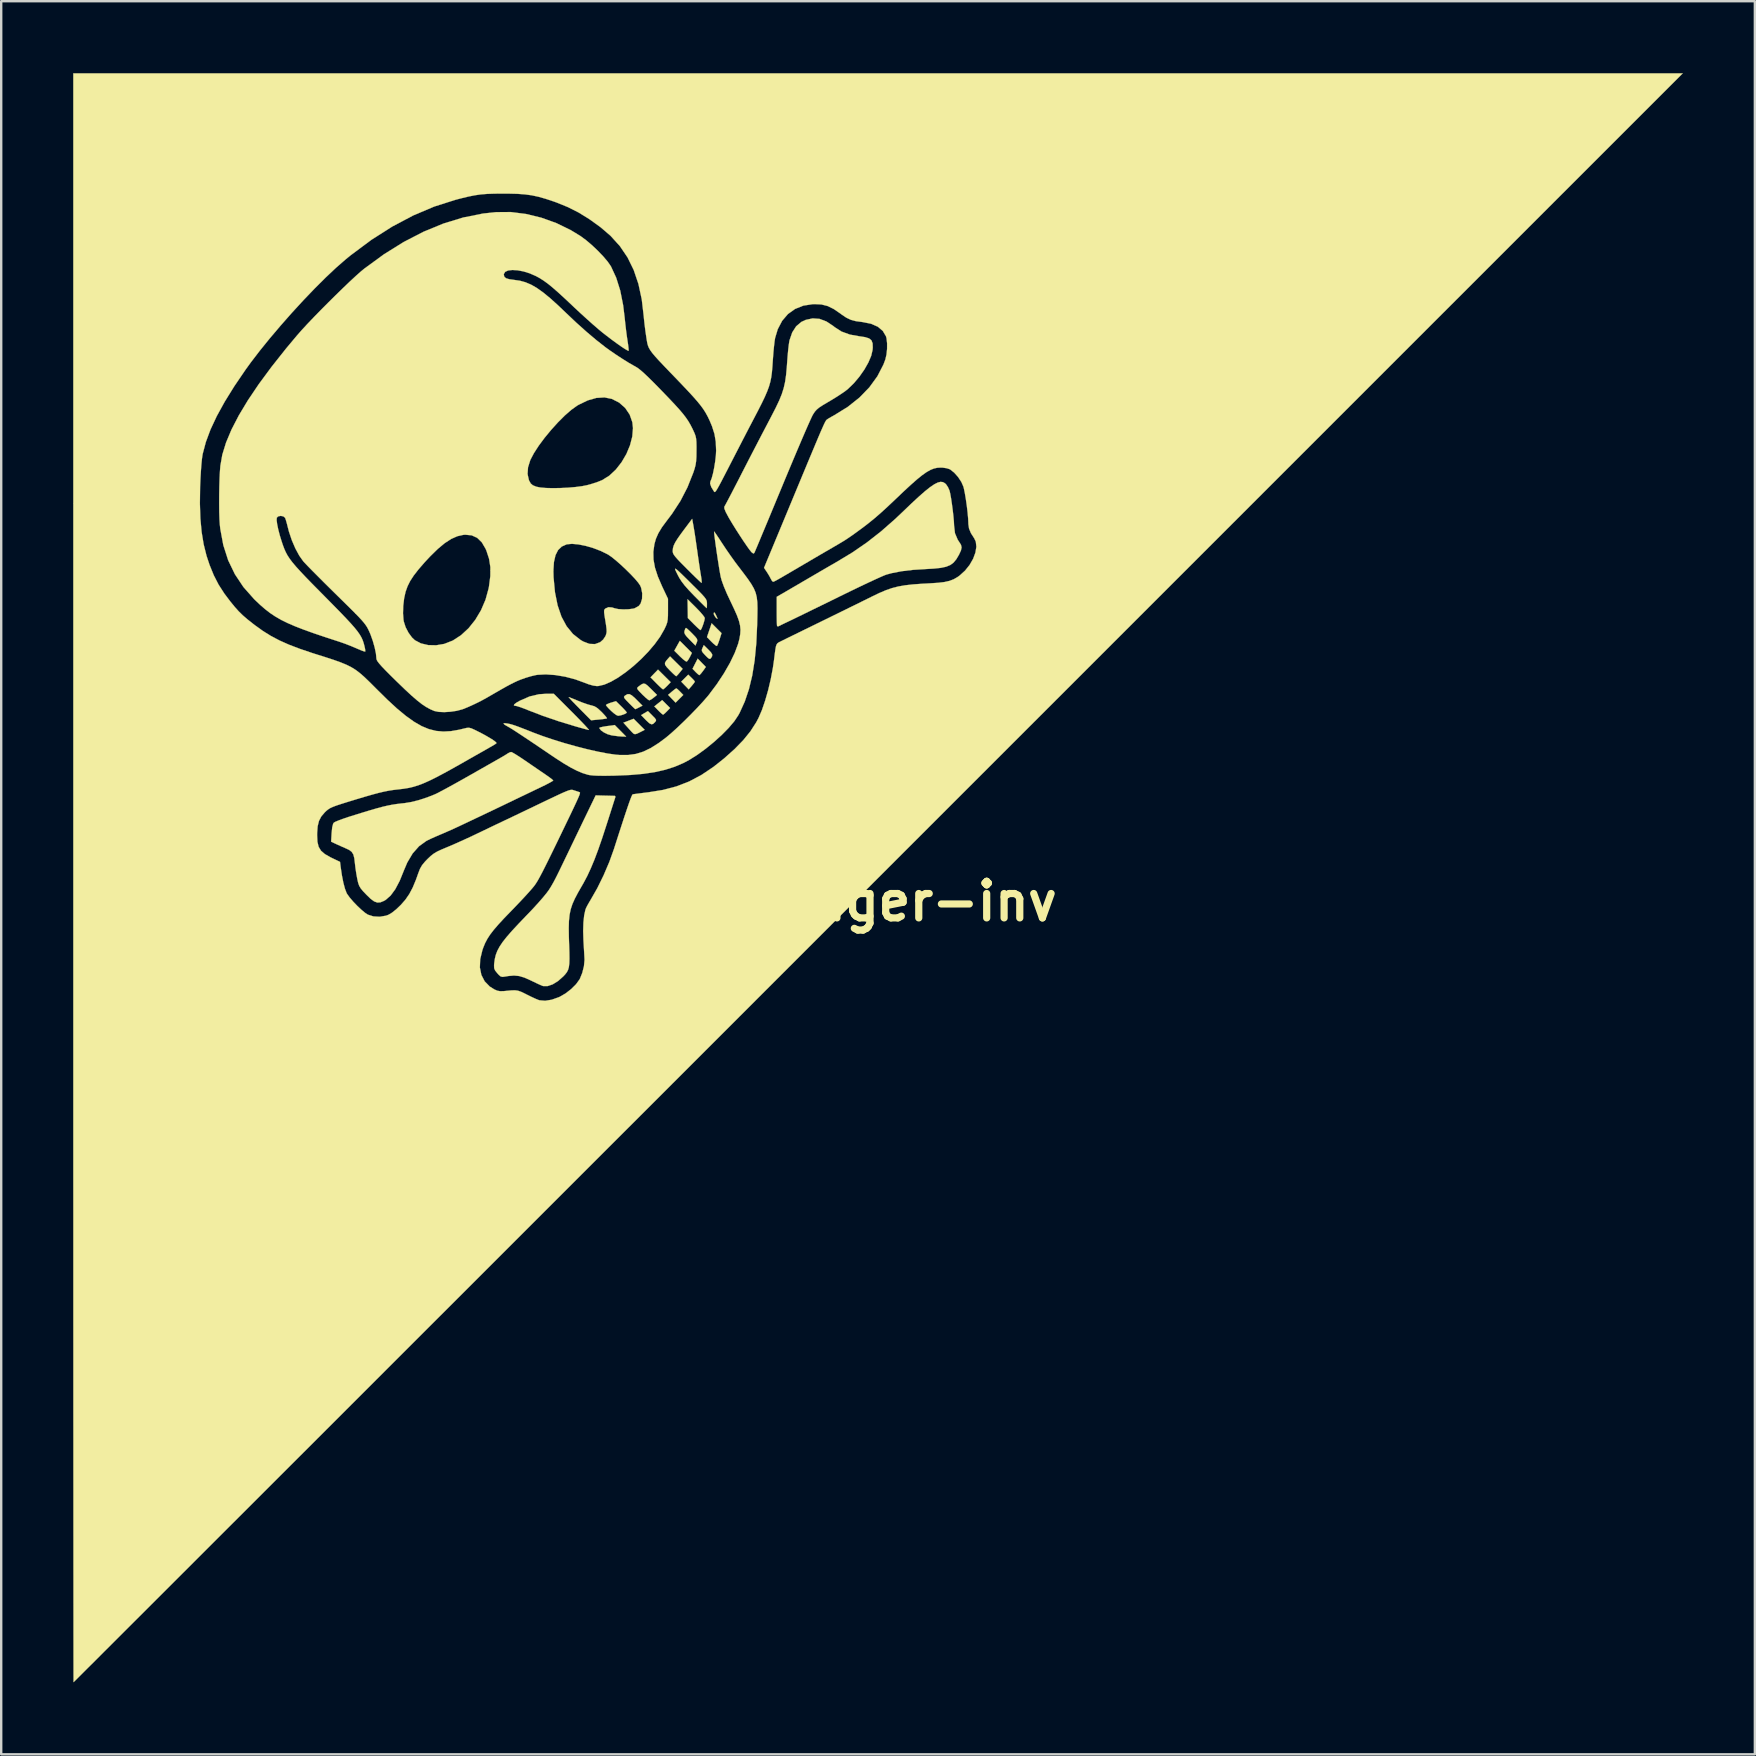
<source format=kicad_pcb>
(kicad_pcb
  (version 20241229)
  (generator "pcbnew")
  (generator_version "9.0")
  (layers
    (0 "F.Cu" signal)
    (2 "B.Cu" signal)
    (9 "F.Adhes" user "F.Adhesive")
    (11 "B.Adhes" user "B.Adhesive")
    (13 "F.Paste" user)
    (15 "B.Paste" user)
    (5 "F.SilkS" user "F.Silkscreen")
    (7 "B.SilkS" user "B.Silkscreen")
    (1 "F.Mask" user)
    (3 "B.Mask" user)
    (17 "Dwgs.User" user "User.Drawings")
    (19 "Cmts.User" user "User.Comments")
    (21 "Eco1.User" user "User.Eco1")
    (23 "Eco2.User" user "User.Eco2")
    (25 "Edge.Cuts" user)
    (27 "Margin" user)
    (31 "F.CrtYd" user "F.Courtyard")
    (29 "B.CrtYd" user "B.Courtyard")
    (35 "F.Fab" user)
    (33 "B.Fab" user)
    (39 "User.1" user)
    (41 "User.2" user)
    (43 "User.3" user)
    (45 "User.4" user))
  (footprint "danger-inv"
    (layer "F.Cu")
    (at 34.512 34.512)
    (property "Reference" "danger-inv" (at 0 0 0) (layer "F.SilkS") (effects (font (size 1.524 1.524) (thickness 0.3))))
    (attr through_hole)
    (fp_poly (pts (xy -7.753 -11.987) (xy -7.724 -11.929) (xy -7.671 -11.811) (xy -7.665 -11.769) (xy -7.706 -11.799) (xy -7.754 -11.85) (xy -7.81 -11.946) (xy -7.819 -12.017) (xy -7.796 -12.043) (xy -7.753 -11.987)) (stroke (width 0.01) (type solid)) (fill yes) (layer "F.SilkS"))
    (fp_poly (pts (xy -9.334 -8.848) (xy -9.253 -8.773) (xy -9.221 -8.74) (xy -9.088 -8.602) (xy -9.408 -8.282) (xy -9.565 -8.443) (xy -9.721 -8.605) (xy -9.563 -8.74) (xy -9.463 -8.821) (xy -9.393 -8.87) (xy -9.379 -8.877) (xy -9.334 -8.848)) (stroke (width 0.01) (type solid)) (fill yes) (layer "F.SilkS"))
    (fp_poly (pts (xy -9.802 -8.222) (xy -9.637 -8.057) (xy -9.77 -7.919) (xy -9.858 -7.833) (xy -9.92 -7.784) (xy -9.93 -7.78) (xy -9.976 -7.81) (xy -10.061 -7.887) (xy -10.127 -7.953) (xy -10.295 -8.125) (xy -10.131 -8.256) (xy -9.967 -8.387) (xy -9.802 -8.222)) (stroke (width 0.01) (type solid)) (fill yes) (layer "F.SilkS"))
    (fp_poly (pts (xy -8.98 -10.604) (xy -8.729 -10.353) (xy -8.815 -10.179) (xy -8.879 -10.068) (xy -8.934 -9.999) (xy -8.948 -9.991) (xy -9 -10.014) (xy -9.096 -10.088) (xy -9.215 -10.198) (xy -9.228 -10.211) (xy -9.462 -10.444) (xy -9.232 -10.856) (xy -8.98 -10.604)) (stroke (width 0.01) (type solid)) (fill yes) (layer "F.SilkS"))
    (fp_poly (pts (xy -8.742 -9.314) (xy -8.657 -9.227) (xy -8.609 -9.166) (xy -8.606 -9.156) (xy -8.634 -9.108) (xy -8.703 -9.02) (xy -8.735 -8.982) (xy -8.862 -8.834) (xy -9.017 -8.994) (xy -9.173 -9.155) (xy -9.027 -9.301) (xy -8.881 -9.447) (xy -8.742 -9.314)) (stroke (width 0.01) (type solid)) (fill yes) (layer "F.SilkS"))
    (fp_poly (pts (xy -8.317 -9.942) (xy -8.147 -9.768) (xy -8.269 -9.598) (xy -8.347 -9.496) (xy -8.405 -9.435) (xy -8.42 -9.428) (xy -8.467 -9.458) (xy -8.549 -9.533) (xy -8.576 -9.56) (xy -8.703 -9.692) (xy -8.595 -9.904) (xy -8.487 -10.116) (xy -8.317 -9.942)) (stroke (width 0.01) (type solid)) (fill yes) (layer "F.SilkS"))
    (fp_poly (pts (xy -7.7 -11.383) (xy -7.494 -11.177) (xy -7.575 -10.919) (xy -7.624 -10.777) (xy -7.666 -10.676) (xy -7.688 -10.641) (xy -7.734 -10.661) (xy -7.821 -10.731) (xy -7.91 -10.816) (xy -8.101 -11.011) (xy -8.003 -11.3) (xy -7.906 -11.589) (xy -7.7 -11.383)) (stroke (width 0.01) (type solid)) (fill yes) (layer "F.SilkS"))
    (fp_poly (pts (xy -9.876 -9.396) (xy -9.612 -9.134) (xy -9.757 -8.983) (xy -9.85 -8.893) (xy -9.916 -8.84) (xy -9.93 -8.833) (xy -9.973 -8.863) (xy -10.062 -8.943) (xy -10.179 -9.057) (xy -10.205 -9.084) (xy -10.453 -9.335) (xy -10.297 -9.497) (xy -10.141 -9.658) (xy -9.876 -9.396)) (stroke (width 0.01) (type solid)) (fill yes) (layer "F.SilkS"))
    (fp_poly (pts (xy -10.926 -7.378) (xy -10.696 -7.148) (xy -10.884 -7.052) (xy -11.018 -6.987) (xy -11.101 -6.966) (xy -11.163 -6.99) (xy -11.233 -7.059) (xy -11.236 -7.062) (xy -11.329 -7.164) (xy -11.438 -7.285) (xy -11.455 -7.304) (xy -11.583 -7.446) (xy -11.37 -7.527) (xy -11.157 -7.609) (xy -10.926 -7.378)) (stroke (width 0.01) (type solid)) (fill yes) (layer "F.SilkS"))
    (fp_poly (pts (xy -10.375 -7.742) (xy -10.271 -7.635) (xy -10.225 -7.57) (xy -10.226 -7.522) (xy -10.268 -7.467) (xy -10.273 -7.462) (xy -10.348 -7.393) (xy -10.418 -7.379) (xy -10.502 -7.422) (xy -10.62 -7.53) (xy -10.654 -7.564) (xy -10.846 -7.761) (xy -10.704 -7.845) (xy -10.562 -7.929) (xy -10.375 -7.742)) (stroke (width 0.01) (type solid)) (fill yes) (layer "F.SilkS"))
    (fp_poly (pts (xy -8.053 -10.501) (xy -7.936 -10.379) (xy -7.883 -10.292) (xy -7.886 -10.218) (xy -7.929 -10.144) (xy -7.968 -10.105) (xy -8.013 -10.11) (xy -8.085 -10.167) (xy -8.166 -10.249) (xy -8.267 -10.357) (xy -8.312 -10.43) (xy -8.313 -10.495) (xy -8.289 -10.555) (xy -8.233 -10.678) (xy -8.053 -10.501)) (stroke (width 0.01) (type solid)) (fill yes) (layer "F.SilkS"))
    (fp_poly (pts (xy -9.114 -9.689) (xy -9.237 -9.535) (xy -9.317 -9.441) (xy -9.373 -9.387) (xy -9.384 -9.382) (xy -9.425 -9.412) (xy -9.513 -9.492) (xy -9.629 -9.606) (xy -9.652 -9.629) (xy -9.78 -9.764) (xy -9.845 -9.858) (xy -9.852 -9.936) (xy -9.804 -10.02) (xy -9.732 -10.104) (xy -9.639 -10.208) (xy -9.114 -9.689)) (stroke (width 0.01) (type solid)) (fill yes) (layer "F.SilkS"))
    (fp_poly (pts (xy -11.706 -7.107) (xy -11.467 -6.865) (xy -11.649 -6.87) (xy -11.803 -6.882) (xy -11.99 -6.906) (xy -12.082 -6.92) (xy -12.242 -6.966) (xy -12.394 -7.039) (xy -12.515 -7.124) (xy -12.58 -7.206) (xy -12.586 -7.231) (xy -12.544 -7.251) (xy -12.434 -7.276) (xy -12.28 -7.302) (xy -12.265 -7.304) (xy -11.945 -7.348) (xy -11.706 -7.107)) (stroke (width 0.01) (type solid)) (fill yes) (layer "F.SilkS"))
    (fp_poly (pts (xy -8.93 -11.365) (xy -8.841 -11.285) (xy -8.724 -11.171) (xy -8.709 -11.155) (xy -8.588 -11.029) (xy -8.523 -10.945) (xy -8.502 -10.882) (xy -8.515 -10.818) (xy -8.527 -10.787) (xy -8.581 -10.66) (xy -8.824 -10.906) (xy -8.95 -11.039) (xy -9.019 -11.132) (xy -9.044 -11.205) (xy -9.036 -11.274) (xy -9.004 -11.363) (xy -8.975 -11.396) (xy -8.93 -11.365)) (stroke (width 0.01) (type solid)) (fill yes) (layer "F.SilkS"))
    (fp_poly (pts (xy -8.55 -12.235) (xy -8.405 -12.084) (xy -8.288 -11.95) (xy -8.213 -11.851) (xy -8.192 -11.805) (xy -8.206 -11.717) (xy -8.241 -11.593) (xy -8.286 -11.463) (xy -8.331 -11.357) (xy -8.365 -11.306) (xy -8.37 -11.304) (xy -8.415 -11.334) (xy -8.505 -11.415) (xy -8.623 -11.529) (xy -8.649 -11.555) (xy -8.897 -11.806) (xy -8.903 -12.199) (xy -8.909 -12.591) (xy -8.55 -12.235)) (stroke (width 0.01) (type solid)) (fill yes) (layer "F.SilkS"))
    (fp_poly (pts (xy -11.233 -8.584) (xy -11.103 -8.471) (xy -11.034 -8.402) (xy -10.789 -8.155) (xy -10.93 -8.082) (xy -11.028 -8.033) (xy -11.084 -8.009) (xy -11.086 -8.009) (xy -11.123 -8.039) (xy -11.207 -8.119) (xy -11.322 -8.233) (xy -11.349 -8.26) (xy -11.473 -8.388) (xy -11.54 -8.468) (xy -11.559 -8.518) (xy -11.538 -8.555) (xy -11.508 -8.579) (xy -11.418 -8.632) (xy -11.332 -8.636) (xy -11.233 -8.584)) (stroke (width 0.01) (type solid)) (fill yes) (layer "F.SilkS"))
    (fp_poly (pts (xy -11.667 -8.12) (xy -11.554 -8.005) (xy -11.473 -7.914) (xy -11.441 -7.867) (xy -11.441 -7.866) (xy -11.481 -7.831) (xy -11.575 -7.789) (xy -11.69 -7.753) (xy -11.793 -7.735) (xy -11.806 -7.734) (xy -11.877 -7.764) (xy -11.987 -7.843) (xy -12.097 -7.94) (xy -12.207 -8.05) (xy -12.284 -8.138) (xy -12.311 -8.181) (xy -12.271 -8.214) (xy -12.17 -8.257) (xy -12.101 -8.28) (xy -11.892 -8.342) (xy -11.667 -8.12)) (stroke (width 0.01) (type solid)) (fill yes) (layer "F.SilkS"))
    (fp_poly (pts (xy -10.672 -9.063) (xy -10.576 -8.992) (xy -10.44 -8.86) (xy -10.44 -8.86) (xy -10.183 -8.603) (xy -10.32 -8.491) (xy -10.42 -8.418) (xy -10.495 -8.379) (xy -10.505 -8.377) (xy -10.557 -8.407) (xy -10.654 -8.487) (xy -10.775 -8.601) (xy -10.8 -8.626) (xy -10.924 -8.754) (xy -10.991 -8.834) (xy -11.01 -8.884) (xy -10.989 -8.922) (xy -10.959 -8.947) (xy -10.839 -9.036) (xy -10.752 -9.076) (xy -10.672 -9.063)) (stroke (width 0.01) (type solid)) (fill yes) (layer "F.SilkS"))
    (fp_poly (pts (xy -13.73 -7.895) (xy -13.519 -7.682) (xy -13.335 -7.493) (xy -13.186 -7.336) (xy -13.08 -7.22) (xy -13.025 -7.154) (xy -13.021 -7.142) (xy -13.08 -7.155) (xy -13.209 -7.189) (xy -13.387 -7.238) (xy -13.592 -7.296) (xy -14.291 -7.509) (xy -14.949 -7.734) (xy -15.534 -7.959) (xy -15.729 -8.037) (xy -15.899 -8.098) (xy -16.023 -8.137) (xy -16.071 -8.146) (xy -16.146 -8.161) (xy -16.135 -8.206) (xy -16.04 -8.28) (xy -15.892 -8.364) (xy -15.493 -8.538) (xy -15.099 -8.631) (xy -14.808 -8.65) (xy -14.484 -8.65) (xy -13.73 -7.895)) (stroke (width 0.01) (type solid)) (fill yes) (layer "F.SilkS"))
    (fp_poly (pts (xy -13.815 -8.496) (xy -13.701 -8.451) (xy -13.544 -8.387) (xy -13.461 -8.352) (xy -13.267 -8.275) (xy -13.082 -8.211) (xy -12.939 -8.17) (xy -12.907 -8.164) (xy -12.782 -8.125) (xy -12.651 -8.04) (xy -12.493 -7.894) (xy -12.49 -7.891) (xy -12.377 -7.771) (xy -12.298 -7.678) (xy -12.267 -7.629) (xy -12.268 -7.626) (xy -12.32 -7.613) (xy -12.439 -7.595) (xy -12.599 -7.578) (xy -12.608 -7.577) (xy -12.929 -7.546) (xy -13.409 -8.029) (xy -13.574 -8.198) (xy -13.712 -8.34) (xy -13.811 -8.447) (xy -13.861 -8.505) (xy -13.865 -8.512) (xy -13.815 -8.496)) (stroke (width 0.01) (type solid)) (fill yes) (layer "F.SilkS"))
    (fp_poly (pts (xy -9.356 -13.823) (xy -9.257 -13.735) (xy -9.109 -13.592) (xy -8.906 -13.393) (xy -8.685 -13.173) (xy -8.476 -12.965) (xy -8.324 -12.81) (xy -8.22 -12.695) (xy -8.154 -12.609) (xy -8.118 -12.54) (xy -8.104 -12.476) (xy -8.101 -12.407) (xy -8.103 -12.29) (xy -8.11 -12.225) (xy -8.113 -12.219) (xy -8.147 -12.25) (xy -8.235 -12.335) (xy -8.364 -12.464) (xy -8.524 -12.625) (xy -8.632 -12.734) (xy -8.857 -12.968) (xy -9.026 -13.159) (xy -9.154 -13.325) (xy -9.256 -13.485) (xy -9.313 -13.592) (xy -9.375 -13.716) (xy -9.416 -13.804) (xy -9.43 -13.854) (xy -9.412 -13.862) (xy -9.356 -13.823)) (stroke (width 0.01) (type solid)) (fill yes) (layer "F.SilkS"))
    (fp_poly (pts (xy -8.664 -15.647) (xy -8.639 -15.496) (xy -8.604 -15.279) (xy -8.566 -15.021) (xy -8.527 -14.747) (xy -8.512 -14.645) (xy -8.473 -14.368) (xy -8.433 -14.093) (xy -8.396 -13.845) (xy -8.365 -13.653) (xy -8.356 -13.604) (xy -8.332 -13.444) (xy -8.32 -13.327) (xy -8.324 -13.273) (xy -8.326 -13.272) (xy -8.366 -13.303) (xy -8.459 -13.389) (xy -8.595 -13.519) (xy -8.763 -13.684) (xy -8.944 -13.864) (xy -9.154 -14.076) (xy -9.308 -14.235) (xy -9.413 -14.353) (xy -9.479 -14.44) (xy -9.514 -14.509) (xy -9.528 -14.569) (xy -9.528 -14.618) (xy -9.516 -14.726) (xy -9.484 -14.835) (xy -9.423 -14.96) (xy -9.326 -15.116) (xy -9.184 -15.317) (xy -9.048 -15.501) (xy -8.718 -15.94) (xy -8.664 -15.647)) (stroke (width 0.01) (type solid)) (fill yes) (layer "F.SilkS"))
    (fp_poly (pts (xy -12.353 -4.406) (xy -12.173 -4.402) (xy -12.03 -4.398) (xy -11.946 -4.395) (xy -11.935 -4.395) (xy -11.916 -4.36) (xy -11.921 -4.336) (xy -11.939 -4.279) (xy -11.982 -4.146) (xy -12.044 -3.951) (xy -12.122 -3.706) (xy -12.212 -3.424) (xy -12.29 -3.181) (xy -12.471 -2.625) (xy -12.637 -2.147) (xy -12.792 -1.735) (xy -12.942 -1.376) (xy -13.089 -1.059) (xy -13.241 -0.772) (xy -13.303 -0.664) (xy -13.473 -0.368) (xy -13.607 -0.114) (xy -13.708 0.113) (xy -13.78 0.333) (xy -13.827 0.561) (xy -13.853 0.817) (xy -13.861 1.116) (xy -13.856 1.477) (xy -13.846 1.785) (xy -13.835 2.125) (xy -13.832 2.388) (xy -13.838 2.589) (xy -13.856 2.74) (xy -13.89 2.857) (xy -13.941 2.954) (xy -14.012 3.046) (xy -14.087 3.126) (xy -14.307 3.321) (xy -14.529 3.458) (xy -14.739 3.53) (xy -14.92 3.531) (xy -14.943 3.525) (xy -15.022 3.493) (xy -15.16 3.431) (xy -15.334 3.348) (xy -15.446 3.294) (xy -15.708 3.177) (xy -15.93 3.111) (xy -16.144 3.091) (xy -16.383 3.112) (xy -16.501 3.132) (xy -16.617 3.148) (xy -16.696 3.131) (xy -16.774 3.065) (xy -16.838 2.995) (xy -16.929 2.882) (xy -16.969 2.786) (xy -16.973 2.664) (xy -16.968 2.59) (xy -16.943 2.406) (xy -16.902 2.234) (xy -16.838 2.064) (xy -16.744 1.888) (xy -16.615 1.695) (xy -16.444 1.478) (xy -16.225 1.227) (xy -15.952 0.933) (xy -15.62 0.586) (xy -15.577 0.542) (xy -15.347 0.301) (xy -15.13 0.063) (xy -14.939 -0.156) (xy -14.786 -0.342) (xy -14.685 -0.48) (xy -14.68 -0.488) (xy -14.617 -0.588) (xy -14.559 -0.686) (xy -14.499 -0.792) (xy -14.432 -0.918) (xy -14.352 -1.074) (xy -14.255 -1.272) (xy -14.134 -1.522) (xy -13.983 -1.835) (xy -13.842 -2.128) (xy -13.727 -2.368) (xy -13.585 -2.663) (xy -13.429 -2.987) (xy -13.272 -3.314) (xy -13.148 -3.57) (xy -12.739 -4.416) (xy -12.353 -4.406)) (stroke (width 0.01) (type solid)) (fill yes) (layer "F.SilkS"))
    (fp_poly (pts (xy 1.733 -17.471) (xy 1.817 -17.423) (xy 1.863 -17.38) (xy 1.942 -17.262) (xy 2.005 -17.121) (xy 2.007 -17.116) (xy 2.037 -16.988) (xy 2.072 -16.793) (xy 2.107 -16.556) (xy 2.141 -16.3) (xy 2.169 -16.05) (xy 2.189 -15.831) (xy 2.197 -15.667) (xy 2.197 -15.656) (xy 2.234 -15.342) (xy 2.35 -15.068) (xy 2.409 -14.98) (xy 2.485 -14.859) (xy 2.51 -14.749) (xy 2.484 -14.623) (xy 2.405 -14.453) (xy 2.398 -14.439) (xy 2.291 -14.258) (xy 2.177 -14.119) (xy 2.04 -14.017) (xy 1.865 -13.945) (xy 1.64 -13.897) (xy 1.35 -13.867) (xy 1.053 -13.85) (xy 0.494 -13.815) (xy 0.013 -13.758) (xy -0.402 -13.678) (xy -0.629 -13.616) (xy -0.722 -13.58) (xy -0.887 -13.508) (xy -1.114 -13.405) (xy -1.392 -13.276) (xy -1.71 -13.125) (xy -2.059 -12.957) (xy -2.428 -12.777) (xy -2.551 -12.717) (xy -2.935 -12.528) (xy -3.311 -12.344) (xy -3.666 -12.171) (xy -3.988 -12.013) (xy -4.267 -11.877) (xy -4.489 -11.769) (xy -4.644 -11.694) (xy -4.668 -11.683) (xy -4.851 -11.596) (xy -5.002 -11.523) (xy -5.103 -11.473) (xy -5.134 -11.458) (xy -5.178 -11.471) (xy -5.18 -11.475) (xy -5.185 -11.532) (xy -5.19 -11.661) (xy -5.193 -11.846) (xy -5.194 -12.066) (xy -5.194 -12.101) (xy -5.194 -12.691) (xy -5.057 -12.77) (xy -4.959 -12.826) (xy -4.806 -12.915) (xy -4.624 -13.021) (xy -4.508 -13.089) (xy -4.319 -13.199) (xy -4.145 -13.301) (xy -4.011 -13.379) (xy -3.959 -13.409) (xy -3.861 -13.467) (xy -3.708 -13.556) (xy -3.525 -13.663) (xy -3.41 -13.731) (xy -3.191 -13.858) (xy -2.957 -13.994) (xy -2.748 -14.114) (xy -2.677 -14.155) (xy -2.036 -14.543) (xy -1.435 -14.957) (xy -0.851 -15.414) (xy -0.264 -15.929) (xy 0.048 -16.224) (xy 0.413 -16.574) (xy 0.723 -16.861) (xy 0.981 -17.088) (xy 1.196 -17.26) (xy 1.373 -17.38) (xy 1.517 -17.453) (xy 1.635 -17.482) (xy 1.733 -17.471)) (stroke (width 0.01) (type solid)) (fill yes) (layer "F.SilkS"))
    (fp_poly (pts (xy -3.41 -24.273) (xy -3.124 -24.166) (xy -2.83 -23.971) (xy -2.776 -23.927) (xy -2.496 -23.746) (xy -2.147 -23.619) (xy -1.762 -23.55) (xy -1.515 -23.513) (xy -1.346 -23.46) (xy -1.245 -23.377) (xy -1.198 -23.253) (xy -1.192 -23.074) (xy -1.2 -22.978) (xy -1.256 -22.736) (xy -1.374 -22.458) (xy -1.541 -22.163) (xy -1.746 -21.87) (xy -1.976 -21.596) (xy -2.219 -21.36) (xy -2.324 -21.275) (xy -2.474 -21.17) (xy -2.675 -21.038) (xy -2.898 -20.9) (xy -3.064 -20.802) (xy -3.275 -20.677) (xy -3.424 -20.58) (xy -3.528 -20.493) (xy -3.608 -20.403) (xy -3.68 -20.292) (xy -3.691 -20.274) (xy -3.734 -20.188) (xy -3.809 -20.025) (xy -3.912 -19.794) (xy -4.039 -19.502) (xy -4.187 -19.157) (xy -4.353 -18.767) (xy -4.533 -18.34) (xy -4.724 -17.884) (xy -4.923 -17.407) (xy -4.967 -17.299) (xy -5.164 -16.826) (xy -5.35 -16.377) (xy -5.523 -15.96) (xy -5.681 -15.581) (xy -5.82 -15.249) (xy -5.936 -14.97) (xy -6.028 -14.751) (xy -6.092 -14.6) (xy -6.125 -14.525) (xy -6.128 -14.518) (xy -6.168 -14.494) (xy -6.236 -14.543) (xy -6.256 -14.564) (xy -6.333 -14.661) (xy -6.447 -14.82) (xy -6.586 -15.024) (xy -6.738 -15.256) (xy -6.894 -15.498) (xy -7.041 -15.735) (xy -7.169 -15.949) (xy -7.204 -16.01) (xy -7.318 -16.224) (xy -7.376 -16.369) (xy -7.379 -16.443) (xy -7.378 -16.444) (xy -7.347 -16.498) (xy -7.28 -16.622) (xy -7.183 -16.806) (xy -7.062 -17.037) (xy -6.924 -17.305) (xy -6.773 -17.597) (xy -6.536 -18.06) (xy -6.329 -18.463) (xy -6.14 -18.828) (xy -5.959 -19.177) (xy -5.774 -19.533) (xy -5.573 -19.916) (xy -5.421 -20.206) (xy -5.236 -20.566) (xy -5.092 -20.869) (xy -4.983 -21.136) (xy -4.903 -21.388) (xy -4.845 -21.646) (xy -4.804 -21.931) (xy -4.773 -22.264) (xy -4.759 -22.465) (xy -4.739 -22.729) (xy -4.716 -22.978) (xy -4.692 -23.189) (xy -4.669 -23.341) (xy -4.661 -23.38) (xy -4.547 -23.71) (xy -4.384 -23.964) (xy -4.169 -24.146) (xy -3.987 -24.231) (xy -3.695 -24.294) (xy -3.41 -24.273)) (stroke (width 0.01) (type solid)) (fill yes) (layer "F.SilkS"))
    (fp_poly (pts (xy -16.201 -6.199) (xy -16.084 -6.131) (xy -15.923 -6.029) (xy -15.733 -5.902) (xy -15.662 -5.854) (xy -15.435 -5.698) (xy -15.203 -5.539) (xy -14.993 -5.395) (xy -14.829 -5.284) (xy -14.817 -5.275) (xy -14.674 -5.175) (xy -14.566 -5.093) (xy -14.511 -5.043) (xy -14.508 -5.036) (xy -14.547 -5.006) (xy -14.653 -4.945) (xy -14.81 -4.863) (xy -15.004 -4.768) (xy -15.023 -4.759) (xy -15.239 -4.656) (xy -15.511 -4.525) (xy -15.814 -4.38) (xy -16.122 -4.232) (xy -16.338 -4.128) (xy -16.622 -3.991) (xy -16.911 -3.853) (xy -17.181 -3.724) (xy -17.41 -3.615) (xy -17.551 -3.548) (xy -17.788 -3.436) (xy -18.059 -3.307) (xy -18.319 -3.184) (xy -18.398 -3.147) (xy -18.638 -3.035) (xy -18.903 -2.917) (xy -19.148 -2.81) (xy -19.226 -2.778) (xy -19.426 -2.692) (xy -19.615 -2.607) (xy -19.762 -2.535) (xy -19.798 -2.516) (xy -20.1 -2.297) (xy -20.365 -1.998) (xy -20.589 -1.621) (xy -20.73 -1.289) (xy -20.907 -0.852) (xy -21.091 -0.504) (xy -21.284 -0.242) (xy -21.486 -0.064) (xy -21.559 -0.021) (xy -21.707 0.04) (xy -21.839 0.049) (xy -21.97 0.002) (xy -22.12 -0.109) (xy -22.291 -0.275) (xy -22.438 -0.429) (xy -22.533 -0.546) (xy -22.594 -0.651) (xy -22.636 -0.77) (xy -22.672 -0.927) (xy -22.713 -1.152) (xy -22.75 -1.398) (xy -22.77 -1.573) (xy -22.797 -1.8) (xy -22.838 -1.956) (xy -22.906 -2.063) (xy -23.011 -2.143) (xy -23.129 -2.199) (xy -23.309 -2.278) (xy -23.493 -2.361) (xy -23.563 -2.393) (xy -23.763 -2.487) (xy -23.742 -2.847) (xy -23.718 -3.086) (xy -23.679 -3.235) (xy -23.651 -3.279) (xy -23.584 -3.317) (xy -23.447 -3.374) (xy -23.256 -3.444) (xy -23.031 -3.52) (xy -22.923 -3.554) (xy -22.505 -3.684) (xy -22.16 -3.789) (xy -21.875 -3.872) (xy -21.635 -3.937) (xy -21.426 -3.986) (xy -21.235 -4.024) (xy -21.048 -4.054) (xy -20.851 -4.078) (xy -20.69 -4.095) (xy -20.416 -4.141) (xy -20.095 -4.223) (xy -19.761 -4.332) (xy -19.445 -4.457) (xy -19.382 -4.486) (xy -19.27 -4.542) (xy -19.092 -4.637) (xy -18.861 -4.762) (xy -18.59 -4.911) (xy -18.294 -5.077) (xy -17.985 -5.252) (xy -17.963 -5.264) (xy -17.585 -5.479) (xy -17.279 -5.653) (xy -17.036 -5.791) (xy -16.848 -5.898) (xy -16.707 -5.979) (xy -16.606 -6.037) (xy -16.536 -6.079) (xy -16.488 -6.108) (xy -16.456 -6.128) (xy -16.43 -6.146) (xy -16.408 -6.161) (xy -16.314 -6.211) (xy -16.258 -6.224) (xy -16.201 -6.199)) (stroke (width 0.01) (type solid)) (fill yes) (layer "F.SilkS"))
    (fp_poly (pts (xy -7.776 -15.381) (xy -7.71 -15.287) (xy -7.613 -15.142) (xy -7.496 -14.963) (xy -7.473 -14.928) (xy -7.309 -14.681) (xy -7.12 -14.407) (xy -6.933 -14.146) (xy -6.814 -13.988) (xy -6.579 -13.68) (xy -6.393 -13.43) (xy -6.25 -13.22) (xy -6.145 -13.036) (xy -6.072 -12.86) (xy -6.027 -12.676) (xy -6.003 -12.467) (xy -5.996 -12.218) (xy -6 -11.912) (xy -6.009 -11.535) (xy -6.045 -10.751) (xy -6.113 -10.045) (xy -6.215 -9.411) (xy -6.352 -8.841) (xy -6.525 -8.328) (xy -6.736 -7.864) (xy -6.794 -7.757) (xy -6.961 -7.507) (xy -7.196 -7.229) (xy -7.482 -6.938) (xy -7.805 -6.645) (xy -8.148 -6.365) (xy -8.497 -6.111) (xy -8.837 -5.896) (xy -9.077 -5.768) (xy -9.447 -5.61) (xy -9.841 -5.484) (xy -10.273 -5.386) (xy -10.755 -5.314) (xy -11.302 -5.266) (xy -11.924 -5.24) (xy -11.945 -5.239) (xy -12.315 -5.233) (xy -12.604 -5.234) (xy -12.824 -5.244) (xy -12.986 -5.261) (xy -13.068 -5.278) (xy -13.284 -5.345) (xy -13.515 -5.442) (xy -13.773 -5.574) (xy -14.07 -5.749) (xy -14.418 -5.973) (xy -14.624 -6.112) (xy -15.062 -6.409) (xy -15.43 -6.657) (xy -15.733 -6.859) (xy -15.976 -7.02) (xy -16.164 -7.142) (xy -16.304 -7.229) (xy -16.399 -7.284) (xy -16.416 -7.293) (xy -16.54 -7.366) (xy -16.58 -7.411) (xy -16.535 -7.426) (xy -16.416 -7.411) (xy -16.321 -7.392) (xy -16.225 -7.367) (xy -16.113 -7.331) (xy -15.968 -7.279) (xy -15.777 -7.206) (xy -15.523 -7.107) (xy -15.377 -7.048) (xy -14.961 -6.892) (xy -14.506 -6.739) (xy -14.031 -6.592) (xy -13.55 -6.457) (xy -13.08 -6.337) (xy -12.637 -6.237) (xy -12.237 -6.16) (xy -11.897 -6.112) (xy -11.737 -6.099) (xy -11.387 -6.099) (xy -11.066 -6.143) (xy -10.757 -6.238) (xy -10.443 -6.389) (xy -10.106 -6.603) (xy -9.806 -6.827) (xy -9.599 -7.001) (xy -9.35 -7.226) (xy -9.076 -7.487) (xy -8.795 -7.766) (xy -8.524 -8.045) (xy -8.28 -8.308) (xy -8.08 -8.537) (xy -8.025 -8.604) (xy -7.691 -9.05) (xy -7.394 -9.5) (xy -7.142 -9.939) (xy -6.942 -10.355) (xy -6.801 -10.734) (xy -6.746 -10.947) (xy -6.714 -11.14) (xy -6.704 -11.317) (xy -6.72 -11.492) (xy -6.766 -11.683) (xy -6.846 -11.906) (xy -6.965 -12.176) (xy -7.115 -12.492) (xy -7.271 -12.824) (xy -7.397 -13.123) (xy -7.487 -13.372) (xy -7.525 -13.512) (xy -7.55 -13.639) (xy -7.582 -13.823) (xy -7.618 -14.049) (xy -7.657 -14.299) (xy -7.696 -14.558) (xy -7.732 -14.809) (xy -7.763 -15.036) (xy -7.787 -15.223) (xy -7.801 -15.353) (xy -7.803 -15.411) (xy -7.803 -15.413) (xy -7.776 -15.381)) (stroke (width 0.01) (type solid)) (fill yes) (layer "F.SilkS"))
    (fp_poly (pts (xy -15.636 -28.644) (xy -15.001 -28.489) (xy -14.375 -28.264) (xy -13.775 -27.971) (xy -13.364 -27.72) (xy -13.135 -27.55) (xy -12.89 -27.342) (xy -12.647 -27.111) (xy -12.423 -26.877) (xy -12.238 -26.658) (xy -12.108 -26.471) (xy -12.098 -26.453) (xy -11.883 -25.987) (xy -11.715 -25.452) (xy -11.594 -24.843) (xy -11.533 -24.343) (xy -11.505 -24.075) (xy -11.471 -23.784) (xy -11.435 -23.514) (xy -11.416 -23.391) (xy -11.388 -23.204) (xy -11.37 -23.055) (xy -11.363 -22.963) (xy -11.365 -22.944) (xy -11.412 -22.958) (xy -11.519 -23.02) (xy -11.675 -23.123) (xy -11.866 -23.258) (xy -12.083 -23.417) (xy -12.312 -23.592) (xy -12.439 -23.691) (xy -12.616 -23.837) (xy -12.841 -24.031) (xy -13.095 -24.258) (xy -13.362 -24.501) (xy -13.624 -24.744) (xy -13.698 -24.815) (xy -14.025 -25.123) (xy -14.299 -25.374) (xy -14.53 -25.576) (xy -14.727 -25.737) (xy -14.903 -25.865) (xy -15.066 -25.969) (xy -15.227 -26.057) (xy -15.23 -26.058) (xy -15.488 -26.171) (xy -15.746 -26.251) (xy -15.991 -26.298) (xy -16.208 -26.311) (xy -16.386 -26.291) (xy -16.509 -26.235) (xy -16.565 -26.144) (xy -16.567 -26.118) (xy -16.545 -26.028) (xy -16.474 -25.967) (xy -16.34 -25.926) (xy -16.137 -25.898) (xy -15.895 -25.863) (xy -15.664 -25.799) (xy -15.433 -25.701) (xy -15.192 -25.563) (xy -14.931 -25.378) (xy -14.641 -25.14) (xy -14.311 -24.843) (xy -13.988 -24.535) (xy -13.549 -24.119) (xy -13.117 -23.732) (xy -12.707 -23.386) (xy -12.334 -23.093) (xy -12.173 -22.976) (xy -11.895 -22.785) (xy -11.616 -22.602) (xy -11.36 -22.443) (xy -11.147 -22.321) (xy -11.102 -22.297) (xy -11.001 -22.237) (xy -10.88 -22.145) (xy -10.731 -22.016) (xy -10.546 -21.841) (xy -10.317 -21.614) (xy -10.036 -21.328) (xy -9.988 -21.278) (xy -9.689 -20.968) (xy -9.447 -20.711) (xy -9.253 -20.497) (xy -9.098 -20.315) (xy -8.975 -20.154) (xy -8.874 -20.005) (xy -8.787 -19.855) (xy -8.705 -19.695) (xy -8.68 -19.642) (xy -8.618 -19.506) (xy -8.577 -19.394) (xy -8.553 -19.279) (xy -8.541 -19.138) (xy -8.537 -18.946) (xy -8.538 -18.787) (xy -8.541 -18.534) (xy -8.553 -18.342) (xy -8.576 -18.185) (xy -8.616 -18.031) (xy -8.668 -17.872) (xy -8.916 -17.25) (xy -9.208 -16.685) (xy -9.559 -16.147) (xy -9.761 -15.881) (xy -9.974 -15.594) (xy -10.126 -15.343) (xy -10.23 -15.106) (xy -10.292 -14.883) (xy -10.336 -14.563) (xy -10.329 -14.243) (xy -10.268 -13.908) (xy -10.149 -13.541) (xy -9.97 -13.125) (xy -9.964 -13.112) (xy -9.725 -12.608) (xy -9.725 -12.127) (xy -9.727 -11.905) (xy -9.737 -11.746) (xy -9.759 -11.621) (xy -9.8 -11.503) (xy -9.865 -11.363) (xy -9.878 -11.336) (xy -10.053 -11.031) (xy -10.279 -10.718) (xy -10.546 -10.404) (xy -10.842 -10.099) (xy -11.157 -9.812) (xy -11.479 -9.553) (xy -11.797 -9.33) (xy -12.101 -9.154) (xy -12.38 -9.032) (xy -12.623 -8.975) (xy -12.69 -8.971) (xy -12.842 -8.992) (xy -13.036 -9.047) (xy -13.203 -9.111) (xy -13.593 -9.253) (xy -14.008 -9.362) (xy -14.423 -9.431) (xy -14.816 -9.459) (xy -15.162 -9.441) (xy -15.236 -9.429) (xy -15.431 -9.383) (xy -15.66 -9.315) (xy -15.87 -9.24) (xy -15.998 -9.187) (xy -16.131 -9.125) (xy -16.282 -9.049) (xy -16.464 -8.952) (xy -16.688 -8.826) (xy -16.967 -8.665) (xy -17.254 -8.499) (xy -17.495 -8.366) (xy -17.767 -8.23) (xy -18.036 -8.107) (xy -18.266 -8.013) (xy -18.298 -8.002) (xy -18.526 -7.941) (xy -18.786 -7.902) (xy -19.048 -7.886) (xy -19.283 -7.896) (xy -19.46 -7.933) (xy -19.463 -7.934) (xy -19.631 -8.006) (xy -19.8 -8.098) (xy -19.979 -8.217) (xy -20.178 -8.373) (xy -20.408 -8.572) (xy -20.679 -8.823) (xy -21 -9.133) (xy -21.017 -9.149) (xy -21.285 -9.413) (xy -21.493 -9.622) (xy -21.648 -9.784) (xy -21.757 -9.907) (xy -21.827 -9.998) (xy -21.864 -10.065) (xy -21.876 -10.115) (xy -21.876 -10.118) (xy -21.895 -10.323) (xy -21.948 -10.579) (xy -22.026 -10.855) (xy -22.121 -11.122) (xy -22.175 -11.247) (xy -22.22 -11.342) (xy -22.267 -11.429) (xy -22.324 -11.516) (xy -22.397 -11.612) (xy -22.493 -11.724) (xy -22.621 -11.862) (xy -22.759 -12.003) (xy -20.767 -12.003) (xy -20.747 -11.73) (xy -20.734 -11.659) (xy -20.659 -11.425) (xy -20.537 -11.192) (xy -20.39 -10.992) (xy -20.272 -10.882) (xy -20.02 -10.75) (xy -19.718 -10.679) (xy -19.385 -10.672) (xy -19.049 -10.729) (xy -18.691 -10.869) (xy -18.35 -11.091) (xy -18.035 -11.382) (xy -17.755 -11.733) (xy -17.517 -12.132) (xy -17.329 -12.57) (xy -17.201 -13.036) (xy -17.184 -13.128) (xy -17.129 -13.556) (xy -17.128 -13.784) (xy -14.501 -13.784) (xy -14.494 -13.504) (xy -14.435 -12.882) (xy -14.325 -12.335) (xy -14.164 -11.863) (xy -13.95 -11.466) (xy -13.685 -11.142) (xy -13.367 -10.892) (xy -13.254 -10.827) (xy -12.998 -10.73) (xy -12.765 -10.721) (xy -12.552 -10.8) (xy -12.549 -10.802) (xy -12.425 -10.911) (xy -12.332 -11.051) (xy -12.327 -11.061) (xy -12.297 -11.147) (xy -12.282 -11.232) (xy -12.285 -11.342) (xy -12.304 -11.499) (xy -12.334 -11.687) (xy -12.368 -11.895) (xy -12.386 -12.032) (xy -12.387 -12.115) (xy -12.372 -12.164) (xy -12.34 -12.198) (xy -12.329 -12.205) (xy -12.205 -12.259) (xy -12.053 -12.247) (xy -11.962 -12.217) (xy -11.803 -12.181) (xy -11.593 -12.166) (xy -11.371 -12.172) (xy -11.175 -12.198) (xy -11.109 -12.216) (xy -10.942 -12.311) (xy -10.866 -12.409) (xy -10.806 -12.606) (xy -10.799 -12.838) (xy -10.843 -13.064) (xy -10.884 -13.162) (xy -10.965 -13.281) (xy -11.101 -13.442) (xy -11.278 -13.63) (xy -11.48 -13.83) (xy -11.69 -14.027) (xy -11.895 -14.207) (xy -12.077 -14.353) (xy -12.221 -14.452) (xy -12.228 -14.456) (xy -12.519 -14.6) (xy -12.834 -14.721) (xy -13.153 -14.814) (xy -13.457 -14.875) (xy -13.724 -14.899) (xy -13.935 -14.88) (xy -13.95 -14.876) (xy -14.151 -14.787) (xy -14.305 -14.639) (xy -14.413 -14.425) (xy -14.478 -14.142) (xy -14.501 -13.784) (xy -17.128 -13.784) (xy -17.127 -13.93) (xy -17.181 -14.274) (xy -17.291 -14.61) (xy -17.326 -14.692) (xy -17.484 -14.962) (xy -17.676 -15.149) (xy -17.907 -15.254) (xy -18.178 -15.279) (xy -18.259 -15.272) (xy -18.505 -15.216) (xy -18.759 -15.103) (xy -19.029 -14.928) (xy -19.32 -14.686) (xy -19.641 -14.371) (xy -19.868 -14.127) (xy -20.125 -13.83) (xy -20.323 -13.575) (xy -20.471 -13.347) (xy -20.579 -13.129) (xy -20.659 -12.905) (xy -20.66 -12.904) (xy -20.721 -12.627) (xy -20.758 -12.315) (xy -20.767 -12.003) (xy -22.759 -12.003) (xy -22.787 -12.032) (xy -22.998 -12.242) (xy -23.261 -12.502) (xy -23.523 -12.759) (xy -23.806 -13.038) (xy -24.078 -13.307) (xy -24.327 -13.557) (xy -24.547 -13.778) (xy -24.727 -13.962) (xy -24.858 -14.1) (xy -24.925 -14.173) (xy -25.092 -14.409) (xy -25.255 -14.71) (xy -25.402 -15.053) (xy -25.521 -15.41) (xy -25.56 -15.56) (xy -25.605 -15.737) (xy -25.647 -15.885) (xy -25.679 -15.977) (xy -25.682 -15.984) (xy -25.755 -16.044) (xy -25.864 -16.064) (xy -25.968 -16.044) (xy -26.027 -15.988) (xy -26.034 -15.889) (xy -26.013 -15.722) (xy -25.968 -15.503) (xy -25.902 -15.249) (xy -25.831 -15.019) (xy -25.774 -14.847) (xy -25.717 -14.695) (xy -25.655 -14.555) (xy -25.582 -14.418) (xy -25.49 -14.278) (xy -25.375 -14.125) (xy -25.229 -13.952) (xy -25.046 -13.751) (xy -24.821 -13.512) (xy -24.546 -13.229) (xy -24.215 -12.894) (xy -24.046 -12.723) (xy -23.688 -12.36) (xy -23.388 -12.054) (xy -23.142 -11.797) (xy -22.943 -11.583) (xy -22.786 -11.404) (xy -22.664 -11.252) (xy -22.571 -11.12) (xy -22.502 -11.001) (xy -22.45 -10.887) (xy -22.41 -10.771) (xy -22.376 -10.645) (xy -22.376 -10.644) (xy -22.348 -10.516) (xy -22.339 -10.429) (xy -22.343 -10.41) (xy -22.392 -10.417) (xy -22.502 -10.457) (xy -22.653 -10.52) (xy -22.704 -10.543) (xy -22.926 -10.637) (xy -23.18 -10.736) (xy -23.409 -10.816) (xy -23.98 -11.002) (xy -24.472 -11.168) (xy -24.894 -11.319) (xy -25.258 -11.46) (xy -25.571 -11.595) (xy -25.843 -11.729) (xy -26.085 -11.868) (xy -26.304 -12.014) (xy -26.512 -12.175) (xy -26.718 -12.353) (xy -26.93 -12.554) (xy -26.979 -12.603) (xy -27.416 -13.097) (xy -27.774 -13.634) (xy -28.054 -14.215) (xy -28.256 -14.844) (xy -28.382 -15.523) (xy -28.401 -15.698) (xy -28.416 -15.924) (xy -28.426 -16.219) (xy -28.429 -16.561) (xy -28.428 -16.927) (xy -28.422 -17.294) (xy -28.411 -17.641) (xy -28.403 -17.803) (xy -15.577 -17.803) (xy -15.521 -17.554) (xy -15.514 -17.538) (xy -15.446 -17.415) (xy -15.359 -17.34) (xy -15.219 -17.282) (xy -15.209 -17.279) (xy -15.045 -17.246) (xy -14.811 -17.226) (xy -14.527 -17.219) (xy -14.214 -17.224) (xy -13.892 -17.239) (xy -13.582 -17.266) (xy -13.305 -17.302) (xy -13.098 -17.343) (xy -12.881 -17.404) (xy -12.66 -17.477) (xy -12.48 -17.549) (xy -12.463 -17.557) (xy -12.17 -17.74) (xy -11.899 -17.993) (xy -11.66 -18.299) (xy -11.459 -18.642) (xy -11.308 -19.004) (xy -11.213 -19.37) (xy -11.184 -19.722) (xy -11.21 -19.966) (xy -11.322 -20.285) (xy -11.509 -20.562) (xy -11.76 -20.784) (xy -12.066 -20.94) (xy -12.068 -20.94) (xy -12.373 -21.001) (xy -12.709 -20.98) (xy -13.07 -20.877) (xy -13.449 -20.694) (xy -13.515 -20.655) (xy -13.756 -20.482) (xy -14.027 -20.245) (xy -14.311 -19.961) (xy -14.596 -19.646) (xy -14.868 -19.316) (xy -15.111 -18.989) (xy -15.311 -18.68) (xy -15.455 -18.407) (xy -15.464 -18.387) (xy -15.558 -18.086) (xy -15.577 -17.803) (xy -28.403 -17.803) (xy -28.395 -17.944) (xy -28.378 -18.155) (xy -28.297 -18.617) (xy -28.142 -19.119) (xy -27.914 -19.662) (xy -27.611 -20.248) (xy -27.234 -20.876) (xy -26.781 -21.549) (xy -26.252 -22.266) (xy -25.646 -23.031) (xy -25.177 -23.592) (xy -24.992 -23.802) (xy -24.76 -24.054) (xy -24.49 -24.337) (xy -24.195 -24.64) (xy -23.886 -24.951) (xy -23.574 -25.26) (xy -23.27 -25.556) (xy -22.986 -25.828) (xy -22.732 -26.063) (xy -22.519 -26.253) (xy -22.379 -26.368) (xy -21.562 -26.965) (xy -20.738 -27.478) (xy -19.911 -27.905) (xy -19.082 -28.246) (xy -18.255 -28.499) (xy -17.433 -28.663) (xy -16.874 -28.723) (xy -16.265 -28.724) (xy -15.636 -28.644)) (stroke (width 0.01) (type solid)) (fill yes) (layer "F.SilkS"))
    (fp_poly (pts (xy -0.961 -0.984) (xy -2.433 0.488) (xy -3.889 1.944) (xy -5.328 3.383) (xy -6.748 4.803) (xy -8.149 6.204) (xy -9.529 7.584) (xy -10.886 8.941) (xy -12.22 10.274) (xy -13.528 11.582) (xy -14.81 12.864) (xy -16.064 14.118) (xy -17.289 15.343) (xy -18.483 16.537) (xy -19.646 17.699) (xy -20.775 18.828) (xy -21.87 19.922) (xy -22.929 20.981) (xy -23.95 22.002) (xy -24.933 22.985) (xy -25.876 23.927) (xy -26.778 24.829) (xy -27.637 25.688) (xy -28.452 26.502) (xy -29.222 27.272) (xy -29.945 27.994) (xy -30.62 28.669) (xy -31.246 29.294) (xy -31.821 29.869) (xy -32.344 30.391) (xy -32.813 30.86) (xy -33.228 31.274) (xy -33.586 31.633) (xy -33.888 31.933) (xy -34.13 32.175) (xy -34.312 32.357) (xy -34.433 32.477) (xy -34.491 32.534) (xy -34.496 32.539) (xy -34.497 32.494) (xy -34.497 32.359) (xy -34.498 32.138) (xy -34.498 31.831) (xy -34.499 31.442) (xy -34.499 30.973) (xy -34.5 30.426) (xy -34.5 29.804) (xy -34.501 29.107) (xy -34.501 28.34) (xy -34.502 27.504) (xy -34.502 26.601) (xy -34.503 25.634) (xy -34.503 24.605) (xy -34.504 23.516) (xy -34.504 22.369) (xy -34.505 21.167) (xy -34.505 19.912) (xy -34.505 18.606) (xy -34.506 17.252) (xy -34.506 15.851) (xy -34.506 14.406) (xy -34.506 12.92) (xy -34.507 11.394) (xy -34.507 9.831) (xy -34.507 8.233) (xy -34.507 6.603) (xy -34.507 4.942) (xy -34.507 3.253) (xy -34.507 1.538) (xy -34.507 -0.201) (xy -34.507 -0.984) (xy -34.507 -16.58) (xy -29.232 -16.58) (xy -29.212 -15.957) (xy -29.16 -15.394) (xy -29.075 -14.879) (xy -28.955 -14.398) (xy -28.831 -14.025) (xy -28.653 -13.588) (xy -28.453 -13.199) (xy -28.211 -12.823) (xy -27.962 -12.494) (xy -27.779 -12.27) (xy -27.615 -12.087) (xy -27.448 -11.923) (xy -27.256 -11.757) (xy -27.016 -11.567) (xy -26.933 -11.503) (xy -26.607 -11.269) (xy -26.273 -11.061) (xy -25.915 -10.872) (xy -25.517 -10.695) (xy -25.063 -10.522) (xy -24.539 -10.345) (xy -24.393 -10.299) (xy -23.978 -10.168) (xy -23.637 -10.056) (xy -23.355 -9.955) (xy -23.121 -9.858) (xy -22.92 -9.757) (xy -22.738 -9.644) (xy -22.563 -9.511) (xy -22.379 -9.35) (xy -22.175 -9.154) (xy -21.935 -8.914) (xy -21.876 -8.855) (xy -21.426 -8.411) (xy -21.022 -8.038) (xy -20.654 -7.733) (xy -20.315 -7.49) (xy -19.998 -7.306) (xy -19.692 -7.179) (xy -19.391 -7.103) (xy -19.086 -7.076) (xy -18.769 -7.093) (xy -18.432 -7.152) (xy -18.238 -7.199) (xy -18.11 -7.229) (xy -18.014 -7.234) (xy -17.915 -7.208) (xy -17.778 -7.146) (xy -17.734 -7.125) (xy -17.494 -7.003) (xy -17.277 -6.884) (xy -17.093 -6.775) (xy -16.957 -6.684) (xy -16.881 -6.619) (xy -16.872 -6.59) (xy -16.934 -6.545) (xy -17.041 -6.48) (xy -17.071 -6.463) (xy -17.155 -6.416) (xy -17.305 -6.33) (xy -17.509 -6.214) (xy -17.753 -6.076) (xy -18.024 -5.922) (xy -18.215 -5.813) (xy -18.668 -5.557) (xy -19.054 -5.344) (xy -19.383 -5.17) (xy -19.666 -5.03) (xy -19.913 -4.92) (xy -20.134 -4.835) (xy -20.341 -4.772) (xy -20.545 -4.725) (xy -20.755 -4.691) (xy -20.976 -4.665) (xy -21.166 -4.643) (xy -21.353 -4.614) (xy -21.551 -4.575) (xy -21.773 -4.523) (xy -22.032 -4.454) (xy -22.342 -4.365) (xy -22.716 -4.253) (xy -23.034 -4.156) (xy -23.318 -4.067) (xy -23.53 -3.998) (xy -23.685 -3.94) (xy -23.799 -3.888) (xy -23.886 -3.833) (xy -23.964 -3.77) (xy -24.03 -3.706) (xy -24.174 -3.537) (xy -24.27 -3.352) (xy -24.325 -3.129) (xy -24.346 -2.846) (xy -24.347 -2.752) (xy -24.334 -2.481) (xy -24.284 -2.274) (xy -24.185 -2.11) (xy -24.025 -1.971) (xy -23.791 -1.837) (xy -23.721 -1.803) (xy -23.392 -1.646) (xy -23.365 -1.429) (xy -23.314 -1.084) (xy -23.254 -0.779) (xy -23.187 -0.528) (xy -23.119 -0.349) (xy -23.1 -0.314) (xy -22.996 -0.168) (xy -22.848 0.006) (xy -22.674 0.187) (xy -22.498 0.353) (xy -22.339 0.485) (xy -22.233 0.554) (xy -22.002 0.627) (xy -21.738 0.642) (xy -21.476 0.597) (xy -21.373 0.559) (xy -21.228 0.473) (xy -21.052 0.333) (xy -20.867 0.156) (xy -20.856 0.146) (xy -20.667 -0.071) (xy -20.507 -0.303) (xy -20.365 -0.571) (xy -20.23 -0.895) (xy -20.133 -1.167) (xy -20.06 -1.356) (xy -19.973 -1.507) (xy -19.85 -1.657) (xy -19.749 -1.762) (xy -19.613 -1.891) (xy -19.487 -1.989) (xy -19.345 -2.074) (xy -19.163 -2.159) (xy -18.97 -2.24) (xy -18.759 -2.328) (xy -18.491 -2.446) (xy -18.191 -2.582) (xy -17.886 -2.723) (xy -17.666 -2.828) (xy -17.386 -2.962) (xy -17.107 -3.096) (xy -16.848 -3.22) (xy -16.633 -3.322) (xy -16.499 -3.386) (xy -16.315 -3.473) (xy -16.078 -3.586) (xy -15.817 -3.711) (xy -15.562 -3.833) (xy -15.537 -3.845) (xy -15.114 -4.048) (xy -14.766 -4.215) (xy -14.484 -4.349) (xy -14.261 -4.454) (xy -14.088 -4.533) (xy -13.958 -4.588) (xy -13.862 -4.624) (xy -13.792 -4.643) (xy -13.74 -4.648) (xy -13.699 -4.644) (xy -13.66 -4.632) (xy -13.615 -4.617) (xy -13.493 -4.578) (xy -13.411 -4.549) (xy -13.399 -4.544) (xy -13.391 -4.526) (xy -13.4 -4.482) (xy -13.427 -4.404) (xy -13.479 -4.283) (xy -13.558 -4.11) (xy -13.667 -3.877) (xy -13.811 -3.575) (xy -13.913 -3.364) (xy -14.164 -2.843) (xy -14.379 -2.398) (xy -14.562 -2.023) (xy -14.716 -1.709) (xy -14.845 -1.45) (xy -14.951 -1.24) (xy -15.04 -1.071) (xy -15.113 -0.937) (xy -15.175 -0.83) (xy -15.229 -0.744) (xy -15.279 -0.673) (xy -15.289 -0.658) (xy -15.379 -0.547) (xy -15.522 -0.384) (xy -15.704 -0.184) (xy -15.915 0.041) (xy -16.141 0.278) (xy -16.251 0.391) (xy -16.552 0.702) (xy -16.793 0.963) (xy -16.985 1.186) (xy -17.135 1.381) (xy -17.251 1.56) (xy -17.344 1.736) (xy -17.42 1.92) (xy -17.459 2.03) (xy -17.551 2.409) (xy -17.565 2.757) (xy -17.502 3.066) (xy -17.365 3.332) (xy -17.153 3.55) (xy -16.963 3.669) (xy -16.841 3.722) (xy -16.723 3.744) (xy -16.569 3.741) (xy -16.478 3.732) (xy -16.262 3.711) (xy -16.105 3.706) (xy -15.978 3.723) (xy -15.848 3.768) (xy -15.686 3.845) (xy -15.595 3.892) (xy -15.41 3.983) (xy -15.241 4.061) (xy -15.114 4.112) (xy -15.08 4.123) (xy -14.846 4.143) (xy -14.571 4.099) (xy -14.272 3.993) (xy -14.246 3.982) (xy -13.999 3.84) (xy -13.76 3.656) (xy -13.554 3.451) (xy -13.408 3.248) (xy -13.397 3.228) (xy -13.296 2.977) (xy -13.227 2.701) (xy -13.203 2.444) (xy -13.204 2.403) (xy -13.21 2.286) (xy -13.22 2.104) (xy -13.233 1.879) (xy -13.247 1.636) (xy -13.248 1.625) (xy -13.26 1.235) (xy -13.249 0.883) (xy -13.218 0.584) (xy -13.167 0.352) (xy -13.138 0.275) (xy -13.085 0.171) (xy -13.004 0.029) (xy -12.949 -0.063) (xy -12.672 -0.548) (xy -12.407 -1.088) (xy -12.168 -1.648) (xy -11.973 -2.192) (xy -11.972 -2.197) (xy -11.801 -2.73) (xy -11.655 -3.18) (xy -11.533 -3.554) (xy -11.432 -3.855) (xy -11.352 -4.089) (xy -11.289 -4.262) (xy -11.243 -4.378) (xy -11.211 -4.442) (xy -11.195 -4.46) (xy -11.132 -4.47) (xy -10.998 -4.488) (xy -10.81 -4.512) (xy -10.587 -4.54) (xy -10.549 -4.544) (xy -9.934 -4.643) (xy -9.371 -4.791) (xy -8.845 -4.995) (xy -8.337 -5.264) (xy -7.83 -5.604) (xy -7.391 -5.952) (xy -6.95 -6.346) (xy -6.585 -6.721) (xy -6.289 -7.087) (xy -6.051 -7.456) (xy -5.952 -7.643) (xy -5.812 -7.967) (xy -5.677 -8.36) (xy -5.551 -8.8) (xy -5.441 -9.265) (xy -5.353 -9.732) (xy -5.308 -10.046) (xy -5.276 -10.308) (xy -5.25 -10.496) (xy -5.227 -10.623) (xy -5.199 -10.704) (xy -5.162 -10.756) (xy -5.11 -10.792) (xy -5.038 -10.828) (xy -5.022 -10.836) (xy -4.937 -10.878) (xy -4.781 -10.955) (xy -4.563 -11.062) (xy -4.295 -11.193) (xy -3.986 -11.345) (xy -3.648 -11.51) (xy -3.29 -11.686) (xy -3.272 -11.694) (xy -2.897 -11.878) (xy -2.526 -12.06) (xy -2.173 -12.234) (xy -1.85 -12.392) (xy -1.572 -12.53) (xy -1.35 -12.639) (xy -1.213 -12.708) (xy -0.915 -12.851) (xy -0.647 -12.965) (xy -0.391 -13.054) (xy -0.13 -13.121) (xy 0.156 -13.171) (xy 0.484 -13.208) (xy 0.873 -13.236) (xy 1.19 -13.253) (xy 1.529 -13.275) (xy 1.796 -13.307) (xy 2.009 -13.356) (xy 2.187 -13.425) (xy 2.35 -13.521) (xy 2.427 -13.576) (xy 2.655 -13.783) (xy 2.845 -14.021) (xy 2.991 -14.276) (xy 3.086 -14.533) (xy 3.126 -14.776) (xy 3.103 -14.99) (xy 3.036 -15.131) (xy 2.899 -15.345) (xy 2.821 -15.533) (xy 2.793 -15.722) (xy 2.792 -15.769) (xy 2.783 -15.957) (xy 2.761 -16.203) (xy 2.728 -16.48) (xy 2.688 -16.759) (xy 2.645 -17.014) (xy 2.603 -17.217) (xy 2.586 -17.281) (xy 2.5 -17.478) (xy 2.364 -17.684) (xy 2.201 -17.867) (xy 2.035 -17.997) (xy 2.011 -18.01) (xy 1.888 -18.05) (xy 1.723 -18.074) (xy 1.638 -18.077) (xy 1.497 -18.069) (xy 1.357 -18.038) (xy 1.211 -17.98) (xy 1.05 -17.888) (xy 0.865 -17.758) (xy 0.649 -17.583) (xy 0.394 -17.358) (xy 0.09 -17.077) (xy -0.206 -16.795) (xy -0.554 -16.466) (xy -0.857 -16.189) (xy -1.132 -15.951) (xy -1.396 -15.737) (xy -1.666 -15.532) (xy -1.693 -15.512) (xy -1.925 -15.343) (xy -2.108 -15.213) (xy -2.266 -15.106) (xy -2.423 -15.006) (xy -2.603 -14.898) (xy -2.831 -14.765) (xy -2.878 -14.737) (xy -3.124 -14.595) (xy -3.387 -14.442) (xy -3.633 -14.298) (xy -3.81 -14.194) (xy -4.193 -13.969) (xy -4.505 -13.786) (xy -4.753 -13.641) (xy -4.945 -13.529) (xy -5.089 -13.446) (xy -5.192 -13.388) (xy -5.262 -13.351) (xy -5.306 -13.33) (xy -5.333 -13.32) (xy -5.349 -13.318) (xy -5.391 -13.355) (xy -5.442 -13.444) (xy -5.505 -13.564) (xy -5.591 -13.704) (xy -5.611 -13.734) (xy -5.723 -13.899) (xy -4.537 -16.755) (xy -4.287 -17.357) (xy -4.07 -17.879) (xy -3.883 -18.329) (xy -3.723 -18.711) (xy -3.589 -19.032) (xy -3.478 -19.296) (xy -3.387 -19.51) (xy -3.314 -19.678) (xy -3.256 -19.808) (xy -3.212 -19.904) (xy -3.178 -19.972) (xy -3.152 -20.018) (xy -3.133 -20.048) (xy -3.116 -20.066) (xy -3.101 -20.079) (xy -3.032 -20.124) (xy -2.91 -20.195) (xy -2.792 -20.261) (xy -2.235 -20.605) (xy -1.747 -20.993) (xy -1.334 -21.42) (xy -0.999 -21.881) (xy -0.746 -22.371) (xy -0.667 -22.582) (xy -0.62 -22.783) (xy -0.595 -23.019) (xy -0.594 -23.256) (xy -0.617 -23.46) (xy -0.64 -23.547) (xy -0.773 -23.771) (xy -0.981 -23.947) (xy -1.26 -24.07) (xy -1.609 -24.14) (xy -1.63 -24.143) (xy -1.896 -24.179) (xy -2.105 -24.235) (xy -2.293 -24.324) (xy -2.494 -24.459) (xy -2.544 -24.497) (xy -2.822 -24.687) (xy -3.077 -24.811) (xy -3.334 -24.875) (xy -3.62 -24.889) (xy -3.691 -24.887) (xy -4.084 -24.826) (xy -4.431 -24.687) (xy -4.727 -24.475) (xy -4.968 -24.193) (xy -5.151 -23.844) (xy -5.261 -23.478) (xy -5.283 -23.34) (xy -5.307 -23.135) (xy -5.331 -22.888) (xy -5.351 -22.623) (xy -5.357 -22.54) (xy -5.375 -22.273) (xy -5.395 -22.044) (xy -5.422 -21.84) (xy -5.461 -21.65) (xy -5.515 -21.459) (xy -5.59 -21.256) (xy -5.688 -21.028) (xy -5.816 -20.762) (xy -5.976 -20.446) (xy -6.174 -20.067) (xy -6.264 -19.895) (xy -6.347 -19.737) (xy -6.463 -19.513) (xy -6.604 -19.241) (xy -6.76 -18.938) (xy -6.924 -18.62) (xy -7.05 -18.375) (xy -7.24 -18.005) (xy -7.393 -17.709) (xy -7.512 -17.48) (xy -7.604 -17.308) (xy -7.672 -17.188) (xy -7.72 -17.111) (xy -7.754 -17.07) (xy -7.777 -17.057) (xy -7.794 -17.064) (xy -7.808 -17.081) (xy -7.921 -17.265) (xy -7.97 -17.409) (xy -7.96 -17.49) (xy -7.905 -17.626) (xy -7.85 -17.828) (xy -7.8 -18.071) (xy -7.758 -18.331) (xy -7.729 -18.582) (xy -7.719 -18.787) (xy -7.734 -19.152) (xy -7.788 -19.477) (xy -7.891 -19.802) (xy -7.991 -20.039) (xy -8.069 -20.202) (xy -8.151 -20.352) (xy -8.244 -20.5) (xy -8.357 -20.656) (xy -8.498 -20.83) (xy -8.675 -21.032) (xy -8.896 -21.272) (xy -9.169 -21.56) (xy -9.362 -21.762) (xy -9.666 -22.077) (xy -9.913 -22.335) (xy -10.11 -22.544) (xy -10.263 -22.713) (xy -10.378 -22.85) (xy -10.461 -22.964) (xy -10.52 -23.064) (xy -10.559 -23.159) (xy -10.586 -23.257) (xy -10.606 -23.368) (xy -10.627 -23.5) (xy -10.631 -23.53) (xy -10.668 -23.781) (xy -10.701 -24.048) (xy -10.727 -24.287) (xy -10.734 -24.37) (xy -10.818 -25.085) (xy -10.957 -25.73) (xy -11.154 -26.312) (xy -11.411 -26.836) (xy -11.732 -27.309) (xy -12.119 -27.736) (xy -12.54 -28.097) (xy -13.004 -28.431) (xy -13.446 -28.704) (xy -13.893 -28.93) (xy -14.372 -29.125) (xy -14.49 -29.167) (xy -14.827 -29.279) (xy -15.124 -29.363) (xy -15.403 -29.423) (xy -15.689 -29.462) (xy -16.007 -29.485) (xy -16.38 -29.494) (xy -16.59 -29.495) (xy -16.956 -29.492) (xy -17.258 -29.482) (xy -17.523 -29.461) (xy -17.776 -29.424) (xy -18.047 -29.37) (xy -18.36 -29.294) (xy -18.581 -29.236) (xy -19.465 -28.955) (xy -20.344 -28.583) (xy -21.218 -28.12) (xy -22.086 -27.568) (xy -22.947 -26.926) (xy -23.18 -26.735) (xy -23.568 -26.396) (xy -23.995 -25.993) (xy -24.45 -25.539) (xy -24.921 -25.047) (xy -25.396 -24.53) (xy -25.863 -24) (xy -26.313 -23.47) (xy -26.732 -22.953) (xy -27.109 -22.461) (xy -27.322 -22.167) (xy -27.797 -21.469) (xy -28.198 -20.822) (xy -28.529 -20.221) (xy -28.79 -19.663) (xy -28.983 -19.145) (xy -29.111 -18.664) (xy -29.123 -18.604) (xy -29.146 -18.443) (xy -29.169 -18.212) (xy -29.19 -17.931) (xy -29.208 -17.622) (xy -29.222 -17.306) (xy -29.223 -17.277) (xy -29.232 -16.58) (xy -34.507 -16.58) (xy -34.507 -34.507) (xy 32.562 -34.507) (xy -0.961 -0.984)) (stroke (width 0.01) (type solid)) (fill yes) (layer "F.SilkS")))
  (gr_rect
    (start -3 -3)
    (end 70.08 70.057)
    (stroke (width 0.1) (type default))
    (fill no)
    (layer "Edge.Cuts")))
</source>
